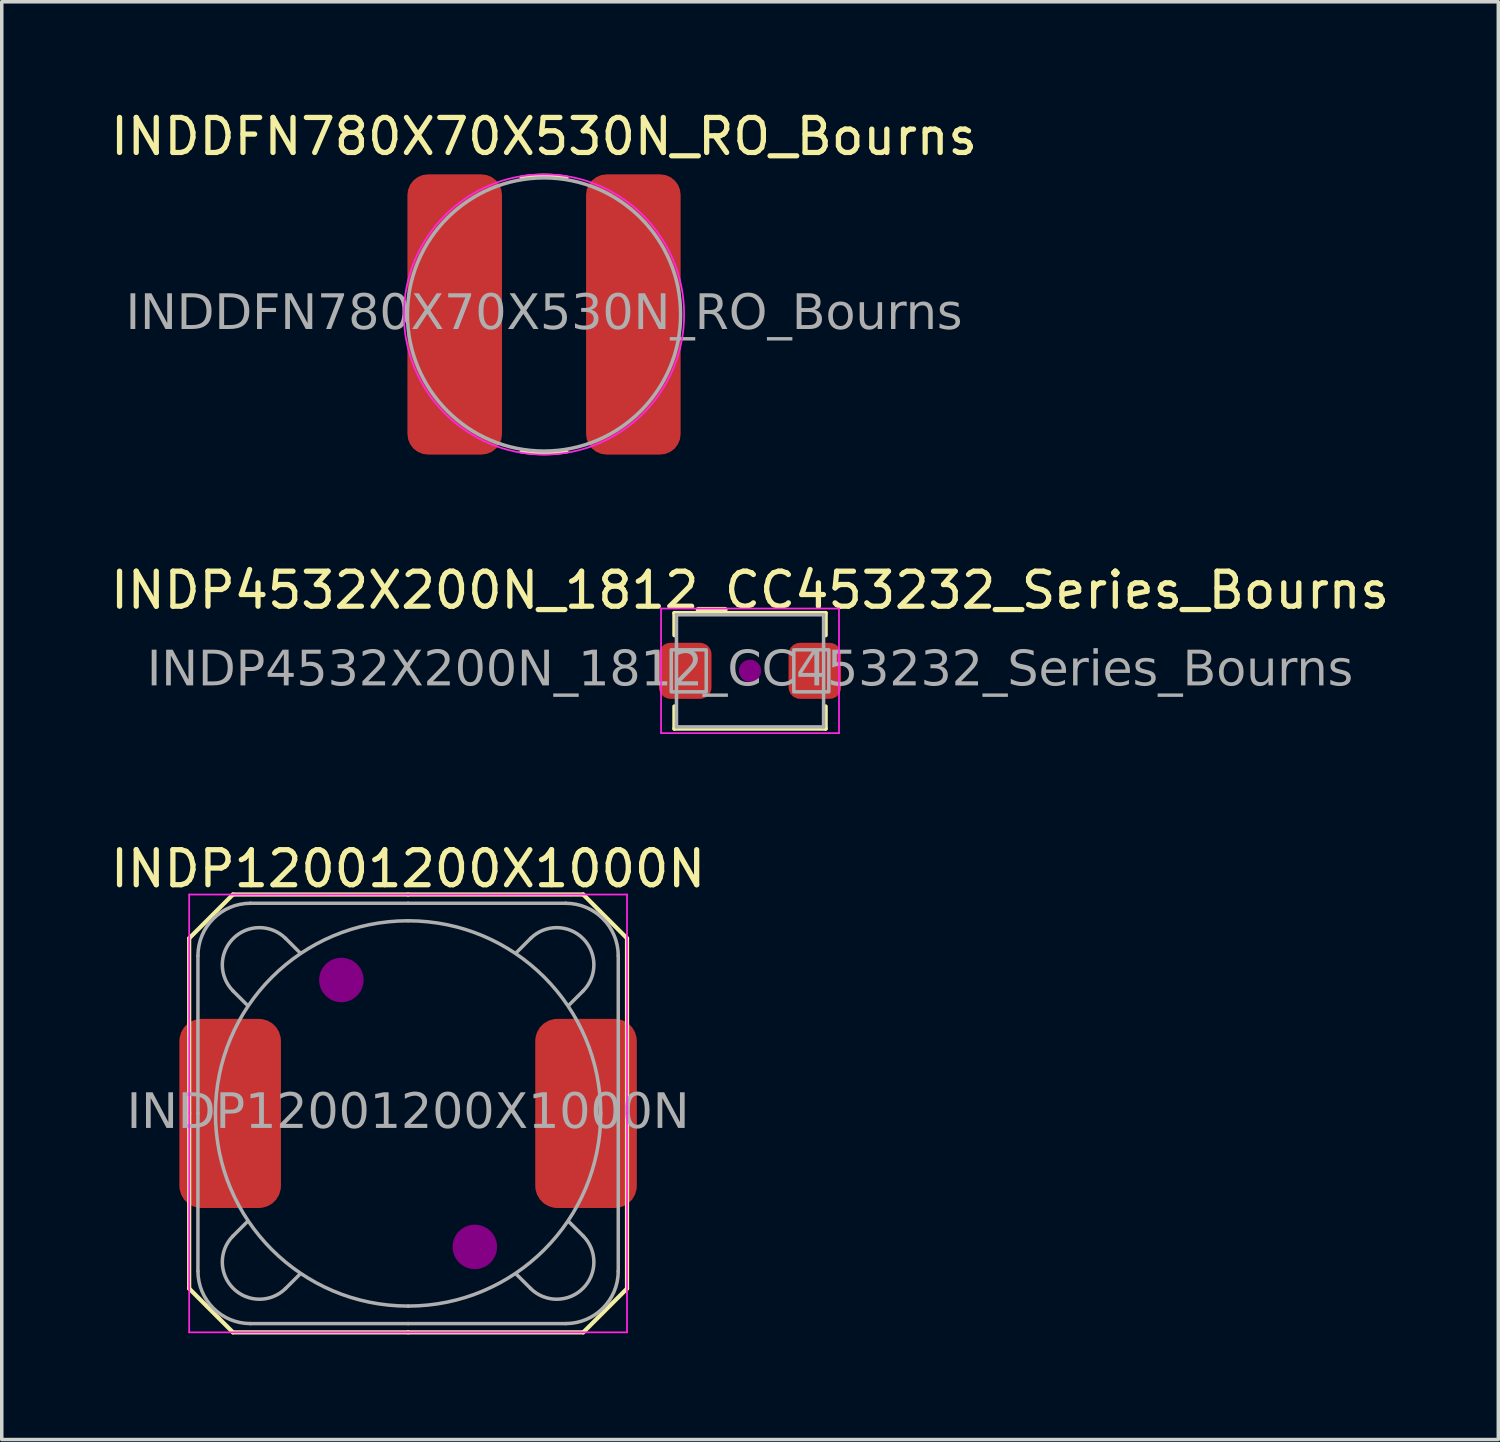
<source format=kicad_pcb>
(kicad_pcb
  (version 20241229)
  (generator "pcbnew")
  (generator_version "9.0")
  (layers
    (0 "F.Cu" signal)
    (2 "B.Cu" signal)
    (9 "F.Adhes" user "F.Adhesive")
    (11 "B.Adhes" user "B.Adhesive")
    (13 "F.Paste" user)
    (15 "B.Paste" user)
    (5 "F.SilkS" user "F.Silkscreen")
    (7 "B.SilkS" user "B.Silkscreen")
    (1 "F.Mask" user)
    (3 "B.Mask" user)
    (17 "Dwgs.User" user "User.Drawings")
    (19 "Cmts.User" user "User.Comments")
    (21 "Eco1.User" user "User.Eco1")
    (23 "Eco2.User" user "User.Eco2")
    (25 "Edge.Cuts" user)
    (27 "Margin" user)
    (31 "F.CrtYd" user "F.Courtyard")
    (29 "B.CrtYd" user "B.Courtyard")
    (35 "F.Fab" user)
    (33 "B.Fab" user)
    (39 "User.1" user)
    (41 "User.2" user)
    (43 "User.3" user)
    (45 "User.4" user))
  (footprint "INDDFN780X70X530N_RO_Bourns"
    (layer "F.Cu")
    (at 12.482 5.928)
    (property "Reference" "INDDFN780X70X530N_RO_Bourns" (at 0 -5.08 0) (layer "F.SilkS") (effects (font (size 1 1) (thickness 0.15))))
    (attr smd)
    (fp_arc (start -0.652458 -3.914751) (mid 0 -3.96875) (end 0.652458 -3.914751) (stroke (width 0.1) (type default)) (layer "F.SilkS"))
    (fp_arc (start 0.652458 3.914751) (mid 0 3.96875) (end -0.652458 3.914751) (stroke (width 0.1) (type default)) (layer "F.SilkS"))
    (fp_circle (center 0 0) (end 4 0) (stroke (width 0.05) (type default)) (fill no) (layer "F.CrtYd"))
    (fp_circle (center 0 0) (end 3.9 0) (stroke (width 0.1) (type default)) (fill no) (layer "F.Fab"))
    (fp_text user "${REFERENCE}" (at -0.000002 -0.000002 0) (layer "F.Fab") (effects (font (face "Tahoma") (size 1 1) (thickness 0.15))))
    (pad "1" smd roundrect (at -2.55 0) (size 2.7 8) (layers "F.Cu" "F.Mask" "F.Paste") (roundrect_rratio 0.217))
    (pad "2" smd roundrect (at 2.55 0) (size 2.7 8) (layers "F.Cu" "F.Mask" "F.Paste") (roundrect_rratio 0.217)))
  (footprint "INDP12001200X1000N"
    (layer "F.Cu")
    (at 8.601 28.738)
    (property "Reference" "INDP12001200X1000N" (at 0 -6.985 0) (layer "F.SilkS") (effects (font (size 1 1) (thickness 0.15))))
    (attr smd)
    (fp_line (start -6.25 -5) (end -6.25 0) (stroke (width 0.12) (type solid)) (layer "F.SilkS"))
    (fp_line (start -6.25 -5) (end -5 -6.25) (stroke (width 0.12) (type solid)) (layer "F.SilkS"))
    (fp_line (start -6.25 5) (end -6.25 -0.000004) (stroke (width 0.12) (type solid)) (layer "F.SilkS"))
    (fp_line (start -5 -6.25) (end 0 -6.25) (stroke (width 0.12) (type solid)) (layer "F.SilkS"))
    (fp_line (start -5 6.25) (end -6.25 5) (stroke (width 0.12) (type solid)) (layer "F.SilkS"))
    (fp_line (start -5 6.25) (end 0 6.25) (stroke (width 0.12) (type solid)) (layer "F.SilkS"))
    (fp_line (start 5 -6.25) (end -0.000004 -6.25) (stroke (width 0.12) (type solid)) (layer "F.SilkS"))
    (fp_line (start 5 -6.25) (end 6.25 -5) (stroke (width 0.12) (type solid)) (layer "F.SilkS"))
    (fp_line (start 5 6.25) (end -0.000004 6.25) (stroke (width 0.12) (type solid)) (layer "F.SilkS"))
    (fp_line (start 6.25 -5) (end 6.25 0) (stroke (width 0.12) (type solid)) (layer "F.SilkS"))
    (fp_line (start 6.25 5) (end 5 6.25) (stroke (width 0.12) (type solid)) (layer "F.SilkS"))
    (fp_line (start 6.25 5) (end 6.25 -0.000004) (stroke (width 0.12) (type solid)) (layer "F.SilkS"))
    (fp_circle (center -1.905 -3.81) (end -1.27 -3.81) (stroke (width 0) (type solid)) (fill yes) (layer "F.Adhes"))
    (fp_circle (center 1.905 3.81) (end 1.27 3.81) (stroke (width 0) (type solid)) (fill yes) (layer "F.Adhes"))
    (fp_line (start -6.25 -0.000004) (end -6.25 6.25) (stroke (width 0.05) (type solid)) (layer "F.CrtYd"))
    (fp_line (start -6.25 0) (end -6.25 -6.25) (stroke (width 0.05) (type solid)) (layer "F.CrtYd"))
    (fp_line (start -0.000004 -6.25) (end 6.25 -6.25) (stroke (width 0.05) (type solid)) (layer "F.CrtYd"))
    (fp_line (start -0.000004 6.25) (end 6.25 6.25) (stroke (width 0.05) (type solid)) (layer "F.CrtYd"))
    (fp_line (start 0 -6.25) (end -6.25 -6.25) (stroke (width 0.05) (type solid)) (layer "F.CrtYd"))
    (fp_line (start 0 6.25) (end -6.25 6.25) (stroke (width 0.05) (type solid)) (layer "F.CrtYd"))
    (fp_line (start 6.25 -0.000004) (end 6.25 6.25) (stroke (width 0.05) (type solid)) (layer "F.CrtYd"))
    (fp_line (start 6.25 0) (end 6.25 -6.25) (stroke (width 0.05) (type solid)) (layer "F.CrtYd"))
    (fp_line (start -6 0) (end -6 -4.5) (stroke (width 0.1) (type solid)) (layer "F.Fab"))
    (fp_line (start -6 4.5) (end -6 -0.000004) (stroke (width 0.1) (type solid)) (layer "F.Fab"))
    (fp_line (start -5 -3.5) (end -4.6 -3.1) (stroke (width 0.1) (type solid)) (layer "F.Fab"))
    (fp_line (start -5 3.5) (end -4.6 3.1) (stroke (width 0.1) (type solid)) (layer "F.Fab"))
    (fp_line (start -4.5 -6) (end 0 -6) (stroke (width 0.1) (type solid)) (layer "F.Fab"))
    (fp_line (start -3.5 -5) (end -3.1 -4.6) (stroke (width 0.1) (type solid)) (layer "F.Fab"))
    (fp_line (start -3.5 5) (end -3.1 4.6) (stroke (width 0.1) (type solid)) (layer "F.Fab"))
    (fp_line (start -0.000004 -6) (end 4.5 -6) (stroke (width 0.1) (type solid)) (layer "F.Fab"))
    (fp_line (start 0 6) (end -4.5 6) (stroke (width 0.1) (type solid)) (layer "F.Fab"))
    (fp_line (start 3.5 -5) (end 3.1 -4.6) (stroke (width 0.1) (type solid)) (layer "F.Fab"))
    (fp_line (start 3.5 5) (end 3.1 4.6) (stroke (width 0.1) (type solid)) (layer "F.Fab"))
    (fp_line (start 4.5 6) (end -0.000004 6) (stroke (width 0.1) (type solid)) (layer "F.Fab"))
    (fp_line (start 5 -3.5) (end 4.6 -3.1) (stroke (width 0.1) (type solid)) (layer "F.Fab"))
    (fp_line (start 5 3.5) (end 4.6 3.1) (stroke (width 0.1) (type solid)) (layer "F.Fab"))
    (fp_line (start 6 -4.5) (end 6 0) (stroke (width 0.1) (type solid)) (layer "F.Fab"))
    (fp_line (start 6 -0.000004) (end 6 4.5) (stroke (width 0.1) (type solid)) (layer "F.Fab"))
    (fp_arc (start -6 -4.5) (mid -5.56066 -5.56066) (end -4.5 -6) (stroke (width 0.1) (type solid)) (layer "F.Fab"))
    (fp_arc (start -5.5 0) (mid -3.889088 -3.889088) (end 0 -5.5) (stroke (width 0.1) (type solid)) (layer "F.Fab"))
    (fp_arc (start -4.999998 -3.500002) (mid -4.999998 -4.999998) (end -3.500002 -4.999998) (stroke (width 0.1) (type solid)) (layer "F.Fab"))
    (fp_arc (start -4.5 5.999996) (mid -5.56066 5.560656) (end -6 4.499996) (stroke (width 0.1) (type solid)) (layer "F.Fab"))
    (fp_arc (start -3.500002 4.999994) (mid -4.999998 4.999994) (end -4.999998 3.499998) (stroke (width 0.1) (type solid)) (layer "F.Fab"))
    (fp_arc (start -0.000004 -5.5) (mid 3.889084 -3.889088) (end 5.499996 0) (stroke (width 0.1) (type solid)) (layer "F.Fab"))
    (fp_arc (start 0 5.499996) (mid -3.889088 3.889084) (end -5.5 -0.000004) (stroke (width 0.1) (type solid)) (layer "F.Fab"))
    (fp_arc (start 3.499998 -4.999998) (mid 4.999994 -4.999998) (end 4.999994 -3.500002) (stroke (width 0.1) (type solid)) (layer "F.Fab"))
    (fp_arc (start 4.499996 -6) (mid 5.560656 -5.56066) (end 5.999996 -4.5) (stroke (width 0.1) (type solid)) (layer "F.Fab"))
    (fp_arc (start 4.999994 3.499998) (mid 4.999994 4.999994) (end 3.499998 4.999994) (stroke (width 0.1) (type solid)) (layer "F.Fab"))
    (fp_arc (start 5.499996 -0.000004) (mid 3.889084 3.889084) (end -0.000004 5.499996) (stroke (width 0.1) (type solid)) (layer "F.Fab"))
    (fp_arc (start 5.999996 4.499996) (mid 5.560656 5.560656) (end 4.499996 5.999996) (stroke (width 0.1) (type solid)) (layer "F.Fab"))
    (fp_text user "${REFERENCE}" (at -0.000002 -0.000002 0) (layer "F.Fab") (effects (font (face "Tahoma") (size 1 1) (thickness 0.15))))
    (pad "1" smd roundrect (at -5.08 0) (size 2.9 5.4) (layers "F.Cu" "F.Mask" "F.Paste") (roundrect_rratio 0.217))
    (pad "2" smd roundrect (at 5.08 0) (size 2.9 5.4) (layers "F.Cu" "F.Mask" "F.Paste") (roundrect_rratio 0.217)))
  (footprint "INDP4532X200N_1812_CC453232_Series_Bourns"
    (layer "F.Cu")
    (at 18.363 16.102)
    (property "Reference" "INDP4532X200N_1812_CC453232_Series_Bourns" (at 0 -2.3 0) (layer "F.SilkS") (effects (font (size 1 1) (thickness 0.15))))
    (attr smd)
    (fp_line (start -2.159 -1.651) (end -2.159 -1.016) (stroke (width 0.12) (type solid)) (layer "F.SilkS"))
    (fp_line (start -2.159 -1.651) (end 2.159 -1.651) (stroke (width 0.12) (type solid)) (layer "F.SilkS"))
    (fp_line (start -2.159 1.016) (end -2.159 1.651) (stroke (width 0.12) (type solid)) (layer "F.SilkS"))
    (fp_line (start -2.159 1.651) (end 2.159 1.651) (stroke (width 0.12) (type solid)) (layer "F.SilkS"))
    (fp_line (start 2.159 -1.651) (end 2.159 -1.016) (stroke (width 0.12) (type solid)) (layer "F.SilkS"))
    (fp_line (start 2.159 1.016) (end 2.159 1.651) (stroke (width 0.12) (type solid)) (layer "F.SilkS"))
    (fp_circle (center 0 0) (end 0.318 0) (stroke (width 0) (type solid)) (fill yes) (layer "F.Adhes"))
    (fp_line (start -2.54 -1.778) (end 2.54 -1.778) (stroke (width 0.05) (type solid)) (layer "F.CrtYd"))
    (fp_line (start -2.54 1.778) (end -2.54 -1.778) (stroke (width 0.05) (type solid)) (layer "F.CrtYd"))
    (fp_line (start 2.54 -1.778) (end 2.54 1.778) (stroke (width 0.05) (type solid)) (layer "F.CrtYd"))
    (fp_line (start 2.54 1.778) (end -2.54 1.778) (stroke (width 0.05) (type solid)) (layer "F.CrtYd"))
    (fp_line (start -2.1 -1.6) (end 2.1 -1.6) (stroke (width 0.1) (type solid)) (layer "F.Fab"))
    (fp_line (start -2.1 1.6) (end -2.1 -1.6) (stroke (width 0.1) (type solid)) (layer "F.Fab"))
    (fp_line (start 2.1 -1.6) (end 2.1 1.6) (stroke (width 0.1) (type solid)) (layer "F.Fab"))
    (fp_line (start 2.1 1.6) (end -2.1 1.6) (stroke (width 0.1) (type solid)) (layer "F.Fab"))
    (fp_rect (start -2.25 -0.6) (end -1.25 0.6) (stroke (width 0.1) (type solid)) (fill no) (layer "F.Fab"))
    (fp_rect (start 1.25 -0.6) (end 2.25 0.6) (stroke (width 0.1) (type solid)) (fill no) (layer "F.Fab"))
    (fp_text user "${REFERENCE}" (at 0 0 0) (layer "F.Fab") (effects (font (face "Tahoma") (size 1 1) (thickness 0.15))))
    (pad "1" smd roundrect (at -1.85 0) (size 1.5 1.6) (layers "F.Cu" "F.Mask" "F.Paste") (roundrect_rratio 0.217))
    (pad "2" smd roundrect (at 1.85 0) (size 1.5 1.6) (layers "F.Cu" "F.Mask" "F.Paste") (roundrect_rratio 0.217)))
  (gr_rect
    (start -3 -3)
    (end 39.726 38.048)
    (stroke (width 0.1) (type default))
    (fill no)
    (layer "Edge.Cuts")))
</source>
